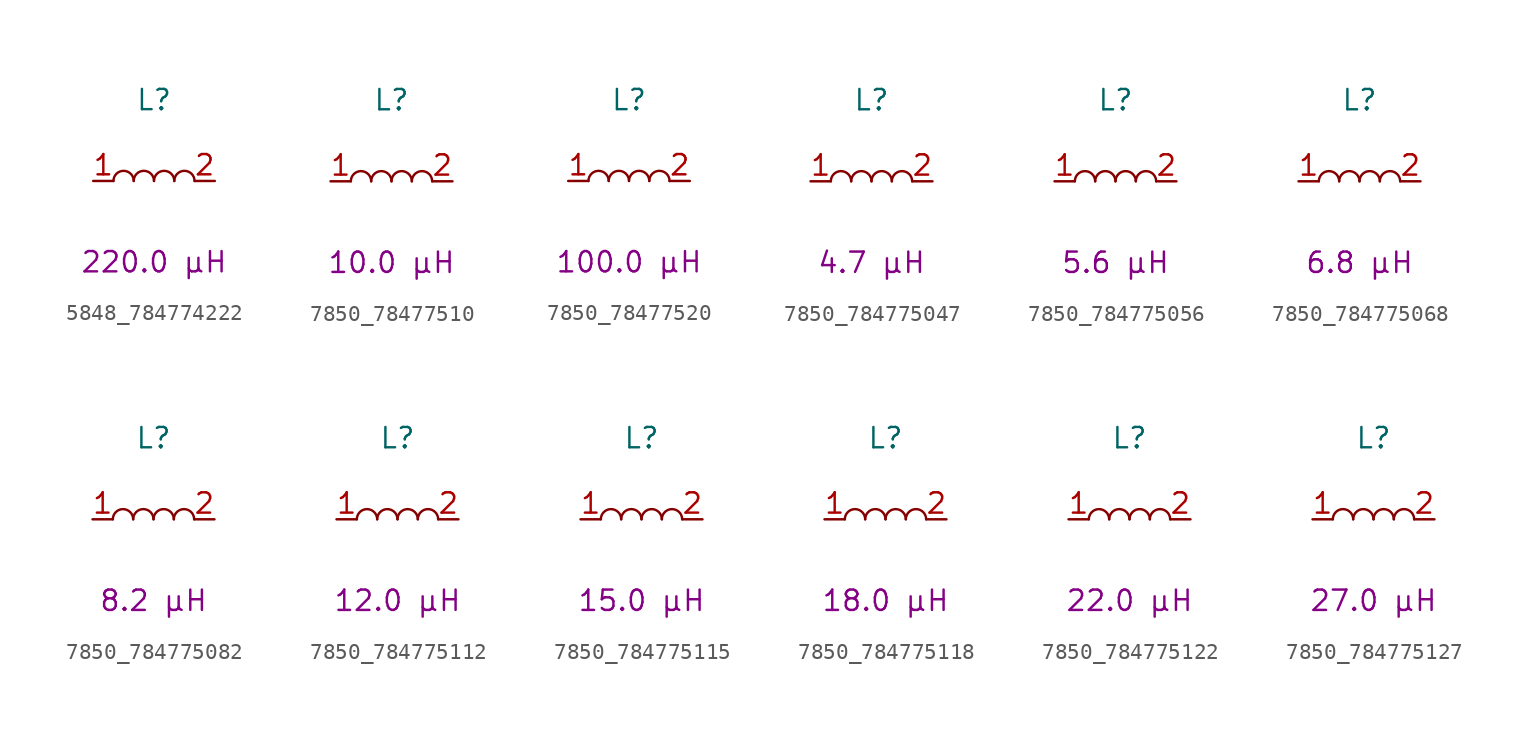
<source format=kicad_sym>
(kicad_symbol_lib
  (version 20220914)
  (generator kicad_symbol_editor)
  (symbol "5848_784774222"
    (pin_names hide)
    (property "Reference" "L"
      (at 0 5.08 0)
      (effects (font (size 1.27 1.27))))
    (property "Critical Parameter" "220.0 µH"
      (at 0 -5.08 0)
      (effects (font (size 1.27 1.27))))
    (symbol "5848_784774222_0_1"
      (arc (start -1.27 0) (mid -1.905 0.6323) (end -2.54 0) (stroke (width 0) (type default)) (fill (type none)))
      (arc (start 0 0) (mid -0.635 0.6323) (end -1.27 0) (stroke (width 0) (type default)) (fill (type none)))
      (arc (start 1.27 0) (mid 0.635 0.6323) (end 0 0) (stroke (width 0) (type default)) (fill (type none)))
      (arc (start 2.54 0) (mid 1.905 0.6323) (end 1.27 0) (stroke (width 0) (type default)) (fill (type none))))
    (symbol "5848_784774222_1_1"
      (pin passive line (at -3.81 0 0) (length 1.27) (name "1" (effects (font (size 1.27 1.27)))) (number "1" (effects (font (size 1.27 1.27)))))
      (pin passive line (at 3.81 0 180) (length 1.27) (name "2" (effects (font (size 1.27 1.27)))) (number "2" (effects (font (size 1.27 1.27)))))))
  (symbol "7850_78477510"
    (pin_names hide)
    (property "Reference" "L"
      (at 0 5.08 0)
      (effects (font (size 1.27 1.27))))
    (property "Critical Parameter" "10.0 µH"
      (at 0 -5.08 0)
      (effects (font (size 1.27 1.27))))
    (symbol "7850_78477510_0_1"
      (arc (start -1.27 0) (mid -1.905 0.6323) (end -2.54 0) (stroke (width 0) (type default)) (fill (type none)))
      (arc (start 0 0) (mid -0.635 0.6323) (end -1.27 0) (stroke (width 0) (type default)) (fill (type none)))
      (arc (start 1.27 0) (mid 0.635 0.6323) (end 0 0) (stroke (width 0) (type default)) (fill (type none)))
      (arc (start 2.54 0) (mid 1.905 0.6323) (end 1.27 0) (stroke (width 0) (type default)) (fill (type none))))
    (symbol "7850_78477510_1_1"
      (pin passive line (at -3.81 0 0) (length 1.27) (name "1" (effects (font (size 1.27 1.27)))) (number "1" (effects (font (size 1.27 1.27)))))
      (pin passive line (at 3.81 0 180) (length 1.27) (name "2" (effects (font (size 1.27 1.27)))) (number "2" (effects (font (size 1.27 1.27)))))))
  (symbol "7850_78477520"
    (pin_names hide)
    (property "Reference" "L"
      (at 0 5.08 0)
      (effects (font (size 1.27 1.27))))
    (property "Critical Parameter" "100.0 µH"
      (at 0 -5.08 0)
      (effects (font (size 1.27 1.27))))
    (symbol "7850_78477520_0_1"
      (arc (start -1.27 0) (mid -1.905 0.6323) (end -2.54 0) (stroke (width 0) (type default)) (fill (type none)))
      (arc (start 0 0) (mid -0.635 0.6323) (end -1.27 0) (stroke (width 0) (type default)) (fill (type none)))
      (arc (start 1.27 0) (mid 0.635 0.6323) (end 0 0) (stroke (width 0) (type default)) (fill (type none)))
      (arc (start 2.54 0) (mid 1.905 0.6323) (end 1.27 0) (stroke (width 0) (type default)) (fill (type none))))
    (symbol "7850_78477520_1_1"
      (pin passive line (at -3.81 0 0) (length 1.27) (name "1" (effects (font (size 1.27 1.27)))) (number "1" (effects (font (size 1.27 1.27)))))
      (pin passive line (at 3.81 0 180) (length 1.27) (name "2" (effects (font (size 1.27 1.27)))) (number "2" (effects (font (size 1.27 1.27)))))))
  (symbol "7850_784775047"
    (pin_names hide)
    (property "Reference" "L"
      (at 0 5.08 0)
      (effects (font (size 1.27 1.27))))
    (property "Critical Parameter" "4.7 µH"
      (at 0 -5.08 0)
      (effects (font (size 1.27 1.27))))
    (symbol "7850_784775047_0_1"
      (arc (start -1.27 0) (mid -1.905 0.6323) (end -2.54 0) (stroke (width 0) (type default)) (fill (type none)))
      (arc (start 0 0) (mid -0.635 0.6323) (end -1.27 0) (stroke (width 0) (type default)) (fill (type none)))
      (arc (start 1.27 0) (mid 0.635 0.6323) (end 0 0) (stroke (width 0) (type default)) (fill (type none)))
      (arc (start 2.54 0) (mid 1.905 0.6323) (end 1.27 0) (stroke (width 0) (type default)) (fill (type none))))
    (symbol "7850_784775047_1_1"
      (pin passive line (at -3.81 0 0) (length 1.27) (name "1" (effects (font (size 1.27 1.27)))) (number "1" (effects (font (size 1.27 1.27)))))
      (pin passive line (at 3.81 0 180) (length 1.27) (name "2" (effects (font (size 1.27 1.27)))) (number "2" (effects (font (size 1.27 1.27)))))))
  (symbol "7850_784775056"
    (pin_names hide)
    (property "Reference" "L"
      (at 0 5.08 0)
      (effects (font (size 1.27 1.27))))
    (property "Critical Parameter" "5.6 µH"
      (at 0 -5.08 0)
      (effects (font (size 1.27 1.27))))
    (symbol "7850_784775056_0_1"
      (arc (start -1.27 0) (mid -1.905 0.6323) (end -2.54 0) (stroke (width 0) (type default)) (fill (type none)))
      (arc (start 0 0) (mid -0.635 0.6323) (end -1.27 0) (stroke (width 0) (type default)) (fill (type none)))
      (arc (start 1.27 0) (mid 0.635 0.6323) (end 0 0) (stroke (width 0) (type default)) (fill (type none)))
      (arc (start 2.54 0) (mid 1.905 0.6323) (end 1.27 0) (stroke (width 0) (type default)) (fill (type none))))
    (symbol "7850_784775056_1_1"
      (pin passive line (at -3.81 0 0) (length 1.27) (name "1" (effects (font (size 1.27 1.27)))) (number "1" (effects (font (size 1.27 1.27)))))
      (pin passive line (at 3.81 0 180) (length 1.27) (name "2" (effects (font (size 1.27 1.27)))) (number "2" (effects (font (size 1.27 1.27)))))))
  (symbol "7850_784775068"
    (pin_names hide)
    (property "Reference" "L"
      (at 0 5.08 0)
      (effects (font (size 1.27 1.27))))
    (property "Critical Parameter" "6.8 µH"
      (at 0 -5.08 0)
      (effects (font (size 1.27 1.27))))
    (symbol "7850_784775068_0_1"
      (arc (start -1.27 0) (mid -1.905 0.6323) (end -2.54 0) (stroke (width 0) (type default)) (fill (type none)))
      (arc (start 0 0) (mid -0.635 0.6323) (end -1.27 0) (stroke (width 0) (type default)) (fill (type none)))
      (arc (start 1.27 0) (mid 0.635 0.6323) (end 0 0) (stroke (width 0) (type default)) (fill (type none)))
      (arc (start 2.54 0) (mid 1.905 0.6323) (end 1.27 0) (stroke (width 0) (type default)) (fill (type none))))
    (symbol "7850_784775068_1_1"
      (pin passive line (at -3.81 0 0) (length 1.27) (name "1" (effects (font (size 1.27 1.27)))) (number "1" (effects (font (size 1.27 1.27)))))
      (pin passive line (at 3.81 0 180) (length 1.27) (name "2" (effects (font (size 1.27 1.27)))) (number "2" (effects (font (size 1.27 1.27)))))))
  (symbol "7850_784775082"
    (pin_names hide)
    (property "Reference" "L"
      (at 0 5.08 0)
      (effects (font (size 1.27 1.27))))
    (property "Critical Parameter" "8.2 µH"
      (at 0 -5.08 0)
      (effects (font (size 1.27 1.27))))
    (symbol "7850_784775082_0_1"
      (arc (start -1.27 0) (mid -1.905 0.6323) (end -2.54 0) (stroke (width 0) (type default)) (fill (type none)))
      (arc (start 0 0) (mid -0.635 0.6323) (end -1.27 0) (stroke (width 0) (type default)) (fill (type none)))
      (arc (start 1.27 0) (mid 0.635 0.6323) (end 0 0) (stroke (width 0) (type default)) (fill (type none)))
      (arc (start 2.54 0) (mid 1.905 0.6323) (end 1.27 0) (stroke (width 0) (type default)) (fill (type none))))
    (symbol "7850_784775082_1_1"
      (pin passive line (at -3.81 0 0) (length 1.27) (name "1" (effects (font (size 1.27 1.27)))) (number "1" (effects (font (size 1.27 1.27)))))
      (pin passive line (at 3.81 0 180) (length 1.27) (name "2" (effects (font (size 1.27 1.27)))) (number "2" (effects (font (size 1.27 1.27)))))))
  (symbol "7850_784775112"
    (pin_names hide)
    (property "Reference" "L"
      (at 0 5.08 0)
      (effects (font (size 1.27 1.27))))
    (property "Critical Parameter" "12.0 µH"
      (at 0 -5.08 0)
      (effects (font (size 1.27 1.27))))
    (symbol "7850_784775112_0_1"
      (arc (start -1.27 0) (mid -1.905 0.6323) (end -2.54 0) (stroke (width 0) (type default)) (fill (type none)))
      (arc (start 0 0) (mid -0.635 0.6323) (end -1.27 0) (stroke (width 0) (type default)) (fill (type none)))
      (arc (start 1.27 0) (mid 0.635 0.6323) (end 0 0) (stroke (width 0) (type default)) (fill (type none)))
      (arc (start 2.54 0) (mid 1.905 0.6323) (end 1.27 0) (stroke (width 0) (type default)) (fill (type none))))
    (symbol "7850_784775112_1_1"
      (pin passive line (at -3.81 0 0) (length 1.27) (name "1" (effects (font (size 1.27 1.27)))) (number "1" (effects (font (size 1.27 1.27)))))
      (pin passive line (at 3.81 0 180) (length 1.27) (name "2" (effects (font (size 1.27 1.27)))) (number "2" (effects (font (size 1.27 1.27)))))))
  (symbol "7850_784775115"
    (pin_names hide)
    (property "Reference" "L"
      (at 0 5.08 0)
      (effects (font (size 1.27 1.27))))
    (property "Critical Parameter" "15.0 µH"
      (at 0 -5.08 0)
      (effects (font (size 1.27 1.27))))
    (symbol "7850_784775115_0_1"
      (arc (start -1.27 0) (mid -1.905 0.6323) (end -2.54 0) (stroke (width 0) (type default)) (fill (type none)))
      (arc (start 0 0) (mid -0.635 0.6323) (end -1.27 0) (stroke (width 0) (type default)) (fill (type none)))
      (arc (start 1.27 0) (mid 0.635 0.6323) (end 0 0) (stroke (width 0) (type default)) (fill (type none)))
      (arc (start 2.54 0) (mid 1.905 0.6323) (end 1.27 0) (stroke (width 0) (type default)) (fill (type none))))
    (symbol "7850_784775115_1_1"
      (pin passive line (at -3.81 0 0) (length 1.27) (name "1" (effects (font (size 1.27 1.27)))) (number "1" (effects (font (size 1.27 1.27)))))
      (pin passive line (at 3.81 0 180) (length 1.27) (name "2" (effects (font (size 1.27 1.27)))) (number "2" (effects (font (size 1.27 1.27)))))))
  (symbol "7850_784775118"
    (pin_names hide)
    (property "Reference" "L"
      (at 0 5.08 0)
      (effects (font (size 1.27 1.27))))
    (property "Critical Parameter" "18.0 µH"
      (at 0 -5.08 0)
      (effects (font (size 1.27 1.27))))
    (symbol "7850_784775118_0_1"
      (arc (start -1.27 0) (mid -1.905 0.6323) (end -2.54 0) (stroke (width 0) (type default)) (fill (type none)))
      (arc (start 0 0) (mid -0.635 0.6323) (end -1.27 0) (stroke (width 0) (type default)) (fill (type none)))
      (arc (start 1.27 0) (mid 0.635 0.6323) (end 0 0) (stroke (width 0) (type default)) (fill (type none)))
      (arc (start 2.54 0) (mid 1.905 0.6323) (end 1.27 0) (stroke (width 0) (type default)) (fill (type none))))
    (symbol "7850_784775118_1_1"
      (pin passive line (at -3.81 0 0) (length 1.27) (name "1" (effects (font (size 1.27 1.27)))) (number "1" (effects (font (size 1.27 1.27)))))
      (pin passive line (at 3.81 0 180) (length 1.27) (name "2" (effects (font (size 1.27 1.27)))) (number "2" (effects (font (size 1.27 1.27)))))))
  (symbol "7850_784775122"
    (pin_names hide)
    (property "Reference" "L"
      (at 0 5.08 0)
      (effects (font (size 1.27 1.27))))
    (property "Critical Parameter" "22.0 µH"
      (at 0 -5.08 0)
      (effects (font (size 1.27 1.27))))
    (symbol "7850_784775122_0_1"
      (arc (start -1.27 0) (mid -1.905 0.6323) (end -2.54 0) (stroke (width 0) (type default)) (fill (type none)))
      (arc (start 0 0) (mid -0.635 0.6323) (end -1.27 0) (stroke (width 0) (type default)) (fill (type none)))
      (arc (start 1.27 0) (mid 0.635 0.6323) (end 0 0) (stroke (width 0) (type default)) (fill (type none)))
      (arc (start 2.54 0) (mid 1.905 0.6323) (end 1.27 0) (stroke (width 0) (type default)) (fill (type none))))
    (symbol "7850_784775122_1_1"
      (pin passive line (at -3.81 0 0) (length 1.27) (name "1" (effects (font (size 1.27 1.27)))) (number "1" (effects (font (size 1.27 1.27)))))
      (pin passive line (at 3.81 0 180) (length 1.27) (name "2" (effects (font (size 1.27 1.27)))) (number "2" (effects (font (size 1.27 1.27)))))))
  (symbol "7850_784775127"
    (pin_names hide)
    (property "Reference" "L"
      (at 0 5.08 0)
      (effects (font (size 1.27 1.27))))
    (property "Critical Parameter" "27.0 µH"
      (at 0 -5.08 0)
      (effects (font (size 1.27 1.27))))
    (symbol "7850_784775127_0_1"
      (arc (start -1.27 0) (mid -1.905 0.6323) (end -2.54 0) (stroke (width 0) (type default)) (fill (type none)))
      (arc (start 0 0) (mid -0.635 0.6323) (end -1.27 0) (stroke (width 0) (type default)) (fill (type none)))
      (arc (start 1.27 0) (mid 0.635 0.6323) (end 0 0) (stroke (width 0) (type default)) (fill (type none)))
      (arc (start 2.54 0) (mid 1.905 0.6323) (end 1.27 0) (stroke (width 0) (type default)) (fill (type none))))
    (symbol "7850_784775127_1_1"
      (pin passive line (at -3.81 0 0) (length 1.27) (name "1" (effects (font (size 1.27 1.27)))) (number "1" (effects (font (size 1.27 1.27)))))
      (pin passive line (at 3.81 0 180) (length 1.27) (name "2" (effects (font (size 1.27 1.27)))) (number "2" (effects (font (size 1.27 1.27))))))))
</source>
